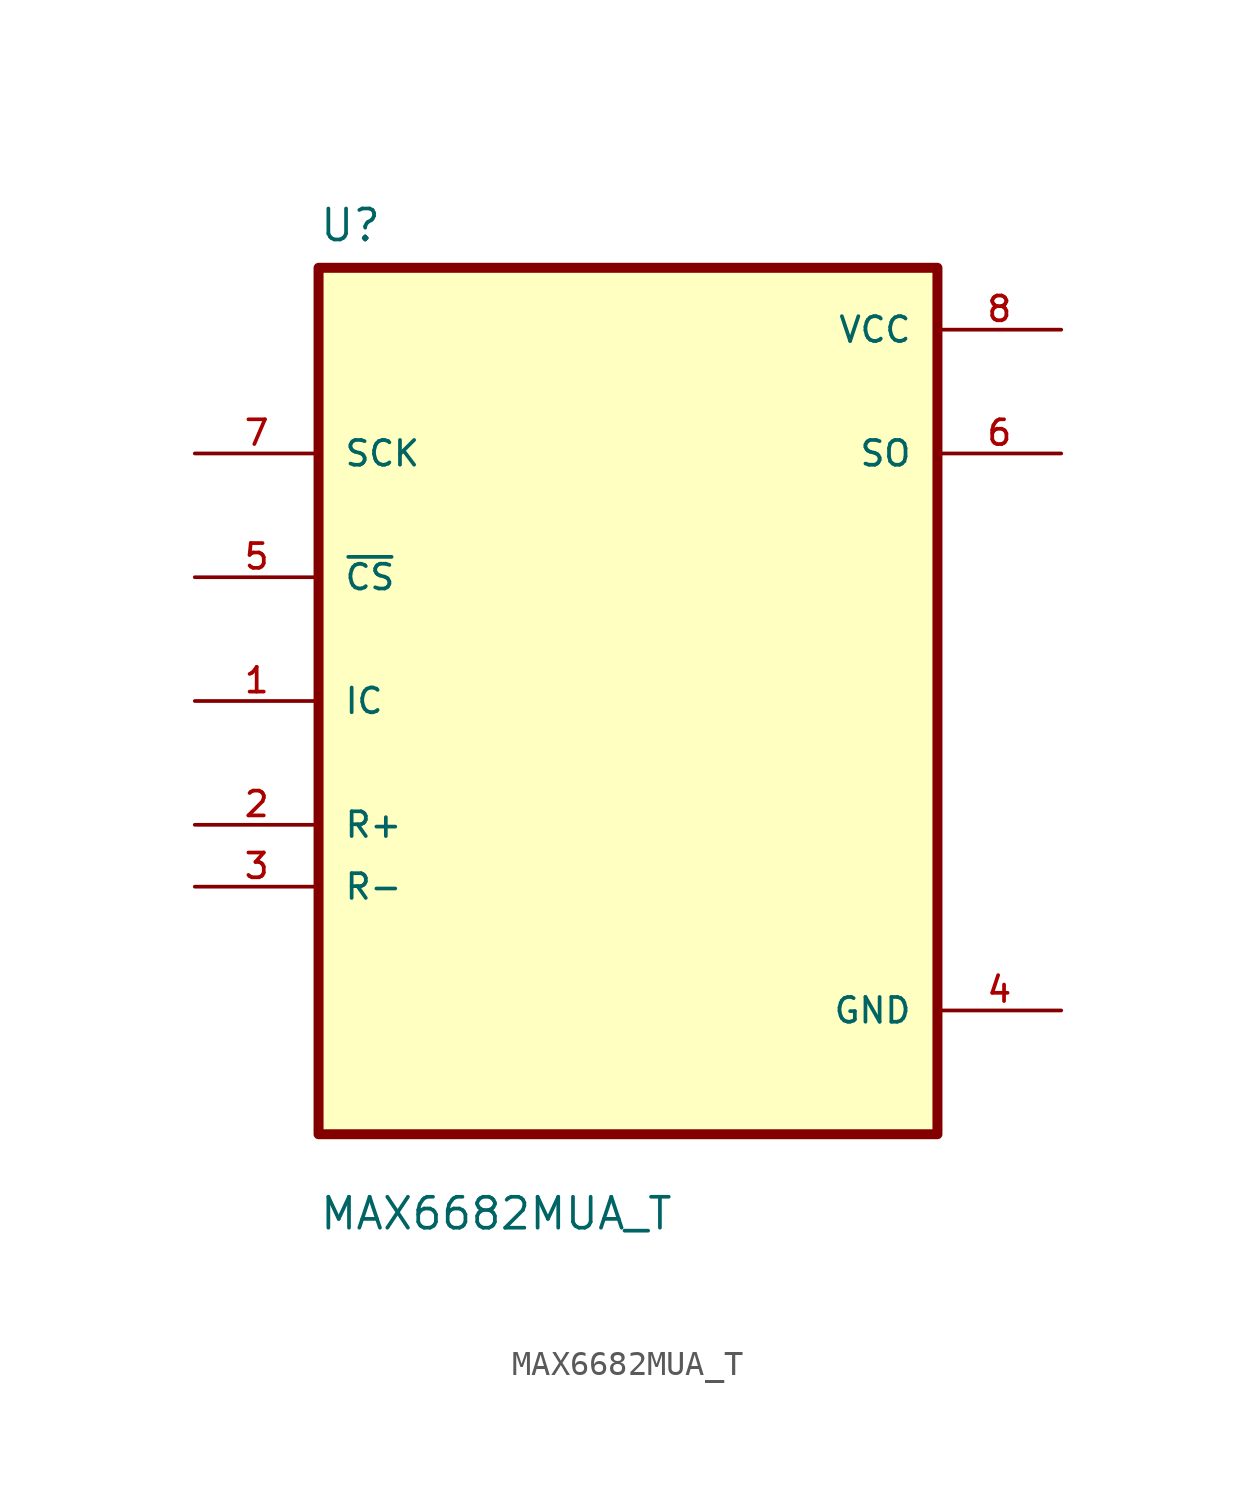
<source format=kicad_sym>
(kicad_symbol_lib
  (version 20211014)
  (generator kicad_symbol_editor)
  (symbol "MAX6682MUA_T"
    (pin_names
      (offset 1.016))
    (property "Reference" "U"
      (at -12.7 18.78 0.0)
      (effects (font (size 1.27 1.27)) (justify bottom left)))
    (property "Value" "MAX6682MUA_T"
      (at -12.7 -21.78 0.0)
      (effects (font (size 1.27 1.27)) (justify bottom left)))
    (symbol "MAX6682MUA_T_0_0"
      (rectangle (start -12.7 -17.78) (end 12.7 17.78) (stroke (width 0.41)) (fill (type background)))
      (pin input line (at -17.78 10.16 0) (length 5.08) (name "SCK" (effects (font (size 1.016 1.016)))) (number "7" (effects (font (size 1.016 1.016)))))
      (pin bidirectional line (at -17.78 5.08 0) (length 5.08) (name "~{CS}" (effects (font (size 1.016 1.016)))) (number "5" (effects (font (size 1.016 1.016)))))
      (pin bidirectional line (at -17.78 0.0 0) (length 5.08) (name "IC" (effects (font (size 1.016 1.016)))) (number "1" (effects (font (size 1.016 1.016)))))
      (pin bidirectional line (at -17.78 -5.08 0) (length 5.08) (name "R+" (effects (font (size 1.016 1.016)))) (number "2" (effects (font (size 1.016 1.016)))))
      (pin bidirectional line (at -17.78 -7.62 0) (length 5.08) (name "R-" (effects (font (size 1.016 1.016)))) (number "3" (effects (font (size 1.016 1.016)))))
      (pin power_in line (at 17.78 15.24 180.0) (length 5.08) (name "VCC" (effects (font (size 1.016 1.016)))) (number "8" (effects (font (size 1.016 1.016)))))
      (pin output line (at 17.78 10.16 180.0) (length 5.08) (name "SO" (effects (font (size 1.016 1.016)))) (number "6" (effects (font (size 1.016 1.016)))))
      (pin power_in line (at 17.78 -12.7 180.0) (length 5.08) (name "GND" (effects (font (size 1.016 1.016)))) (number "4" (effects (font (size 1.016 1.016))))))))
</source>
